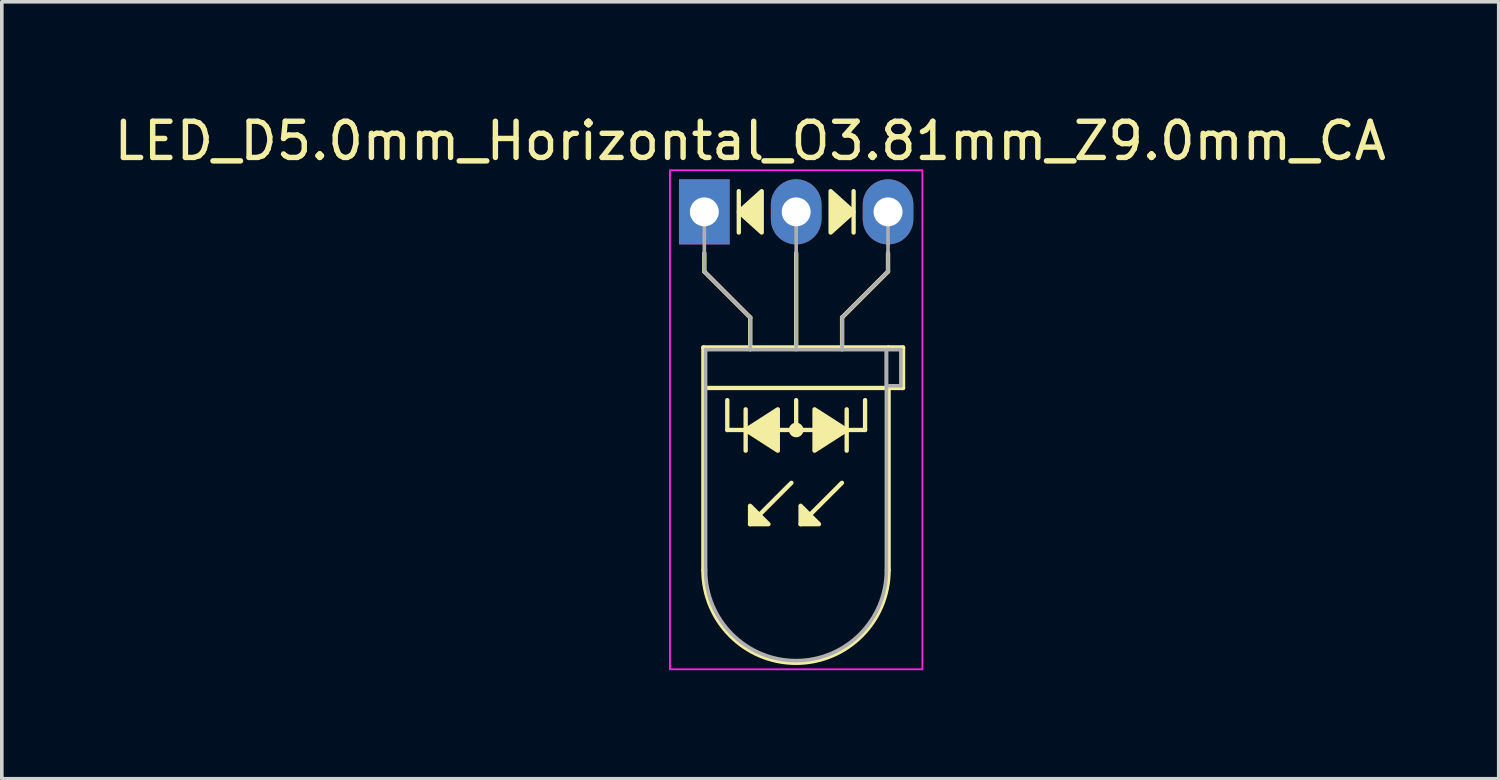
<source format=kicad_pcb>
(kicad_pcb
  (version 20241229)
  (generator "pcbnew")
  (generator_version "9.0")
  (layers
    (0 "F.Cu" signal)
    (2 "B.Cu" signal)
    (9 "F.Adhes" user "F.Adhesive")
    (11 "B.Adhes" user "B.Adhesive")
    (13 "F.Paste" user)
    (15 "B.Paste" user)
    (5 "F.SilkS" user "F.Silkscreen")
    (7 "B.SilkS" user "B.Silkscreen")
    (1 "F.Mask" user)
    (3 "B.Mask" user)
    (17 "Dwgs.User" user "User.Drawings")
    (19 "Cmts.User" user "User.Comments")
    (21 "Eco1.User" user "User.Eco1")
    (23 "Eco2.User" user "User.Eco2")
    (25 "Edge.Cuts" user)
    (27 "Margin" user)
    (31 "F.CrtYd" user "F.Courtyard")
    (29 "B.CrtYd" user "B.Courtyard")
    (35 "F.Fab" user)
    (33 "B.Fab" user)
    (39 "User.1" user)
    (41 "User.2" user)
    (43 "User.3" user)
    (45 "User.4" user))
  (footprint "LED_D5.0mm_Horizontal_O3.81mm_Z9.0mm_CA"
    (layer "F.Cu")
    (at 16.426 2.808)
    (property "Reference" "LED_D5.0mm_Horizontal_O3.81mm_Z9.0mm_CA" (at 1.27 -1.96 0) (layer "F.SilkS") (effects (font (size 1 1) (thickness 0.15))))
    (fp_line (start -0.025 3.75) (end -0.025 9.91) (stroke (width 0.12) (type solid)) (layer "F.SilkS"))
    (fp_line (start -0.025 3.75) (end 5.095 3.75) (stroke (width 0.12) (type solid)) (layer "F.SilkS"))
    (fp_line (start 0 1.143) (end 0 1.651) (stroke (width 0.12) (type default)) (layer "F.SilkS"))
    (fp_line (start 0 1.651) (end 1.27 2.921) (stroke (width 0.12) (type default)) (layer "F.SilkS"))
    (fp_line (start 0.635 6.032) (end 0.635 5.207) (stroke (width 0.12) (type default)) (layer "F.SilkS"))
    (fp_line (start 0.635 6.032) (end 4.445 6.032) (stroke (width 0.12) (type default)) (layer "F.SilkS"))
    (fp_line (start 0.953 -0.572) (end 0.953 0.572) (stroke (width 0.12) (type solid)) (layer "F.SilkS"))
    (fp_line (start 1.143 5.461) (end 1.143 6.604) (stroke (width 0.12) (type solid)) (layer "F.SilkS"))
    (fp_line (start 1.265 3.75) (end 1.265 3.75) (stroke (width 0.12) (type solid)) (layer "F.SilkS"))
    (fp_line (start 1.27 2.921) (end 1.27 3.75) (stroke (width 0.12) (type default)) (layer "F.SilkS"))
    (fp_line (start 2.408 7.493) (end 1.265 8.636) (stroke (width 0.12) (type solid)) (layer "F.SilkS"))
    (fp_line (start 2.54 3.75) (end 2.54 1.143) (stroke (width 0.12) (type default)) (layer "F.SilkS"))
    (fp_line (start 2.54 6.032) (end 2.54 5.207) (stroke (width 0.12) (type default)) (layer "F.SilkS"))
    (fp_line (start 3.805 3.75) (end 3.805 3.75) (stroke (width 0.12) (type solid)) (layer "F.SilkS"))
    (fp_line (start 3.805 7.493) (end 2.662 8.636) (stroke (width 0.12) (type solid)) (layer "F.SilkS"))
    (fp_line (start 3.81 2.921) (end 3.81 3.75) (stroke (width 0.12) (type default)) (layer "F.SilkS"))
    (fp_line (start 3.937 6.604) (end 3.937 5.461) (stroke (width 0.12) (type solid)) (layer "F.SilkS"))
    (fp_line (start 4.128 0.572) (end 4.128 -0.572) (stroke (width 0.12) (type solid)) (layer "F.SilkS"))
    (fp_line (start 4.445 6.032) (end 4.445 5.207) (stroke (width 0.12) (type default)) (layer "F.SilkS"))
    (fp_line (start 5.08 1.143) (end 5.08 1.651) (stroke (width 0.12) (type default)) (layer "F.SilkS"))
    (fp_line (start 5.08 1.651) (end 3.81 2.921) (stroke (width 0.12) (type default)) (layer "F.SilkS"))
    (fp_line (start 5.095 3.75) (end 5.495 3.75) (stroke (width 0.12) (type solid)) (layer "F.SilkS"))
    (fp_line (start 5.095 4.87) (end 5.095 9.91) (stroke (width 0.12) (type solid)) (layer "F.SilkS"))
    (fp_line (start 5.495 3.75) (end 5.495 4.87) (stroke (width 0.12) (type solid)) (layer "F.SilkS"))
    (fp_line (start 5.495 4.87) (end -0.005 4.87) (stroke (width 0.12) (type solid)) (layer "F.SilkS"))
    (fp_arc (start 5.095 9.91) (mid 2.535 12.47) (end -0.025 9.91) (stroke (width 0.12) (type solid)) (layer "F.SilkS"))
    (fp_circle (center 2.54 6.032) (end 2.682 6.032) (stroke (width 0.12) (type solid)) (fill yes) (layer "F.SilkS"))
    (fp_poly (pts (xy 1.265 8.128) (xy 1.773 8.636) (xy 1.265 8.636)) (stroke (width 0.12) (type solid)) (fill yes) (layer "F.SilkS"))
    (fp_poly (pts (xy 1.587 0.572) (xy 0.953 0) (xy 1.587 -0.572)) (stroke (width 0.12) (type solid)) (fill yes) (layer "F.SilkS"))
    (fp_poly (pts (xy 2.032 6.604) (xy 1.143 6.032) (xy 2.032 5.461)) (stroke (width 0.12) (type solid)) (fill yes) (layer "F.SilkS"))
    (fp_poly (pts (xy 2.662 8.128) (xy 3.17 8.636) (xy 2.662 8.636)) (stroke (width 0.12) (type solid)) (fill yes) (layer "F.SilkS"))
    (fp_poly (pts (xy 3.048 5.461) (xy 3.937 6.032) (xy 3.048 6.604)) (stroke (width 0.12) (type solid)) (fill yes) (layer "F.SilkS"))
    (fp_poly (pts (xy 3.493 -0.572) (xy 4.128 0) (xy 3.493 0.572)) (stroke (width 0.12) (type solid)) (fill yes) (layer "F.SilkS"))
    (fp_rect (start -0.95 -1.15) (end 6.03 12.65) (stroke (width 0.05) (type default)) (fill no) (layer "F.CrtYd"))
    (fp_line (start 0 0) (end 0 0) (stroke (width 0.1) (type solid)) (layer "F.Fab"))
    (fp_line (start 0 1.651) (end 0 0) (stroke (width 0.1) (type default)) (layer "F.Fab"))
    (fp_line (start 0.035 3.81) (end 0.035 9.91) (stroke (width 0.1) (type solid)) (layer "F.Fab"))
    (fp_line (start 0.035 3.81) (end 5.035 3.81) (stroke (width 0.1) (type solid)) (layer "F.Fab"))
    (fp_line (start 1.265 3.81) (end 1.265 3.81) (stroke (width 0.1) (type solid)) (layer "F.Fab"))
    (fp_line (start 1.27 2.921) (end 0 1.651) (stroke (width 0.1) (type default)) (layer "F.Fab"))
    (fp_line (start 1.27 2.921) (end 1.27 3.81) (stroke (width 0.1) (type default)) (layer "F.Fab"))
    (fp_line (start 2.54 0) (end 2.54 0) (stroke (width 0.1) (type solid)) (layer "F.Fab"))
    (fp_line (start 2.54 0) (end 2.54 3.81) (stroke (width 0.1) (type default)) (layer "F.Fab"))
    (fp_line (start 3.805 3.81) (end 3.805 3.81) (stroke (width 0.1) (type solid)) (layer "F.Fab"))
    (fp_line (start 3.81 2.921) (end 3.81 3.81) (stroke (width 0.1) (type default)) (layer "F.Fab"))
    (fp_line (start 3.81 2.921) (end 5.08 1.651) (stroke (width 0.1) (type default)) (layer "F.Fab"))
    (fp_line (start 5.035 3.81) (end 5.035 9.91) (stroke (width 0.1) (type solid)) (layer "F.Fab"))
    (fp_line (start 5.035 3.81) (end 5.435 3.81) (stroke (width 0.1) (type solid)) (layer "F.Fab"))
    (fp_line (start 5.035 4.81) (end 5.035 3.81) (stroke (width 0.1) (type solid)) (layer "F.Fab"))
    (fp_line (start 5.08 1.651) (end 5.08 0) (stroke (width 0.1) (type default)) (layer "F.Fab"))
    (fp_line (start 5.435 3.81) (end 5.435 4.81) (stroke (width 0.1) (type solid)) (layer "F.Fab"))
    (fp_line (start 5.435 4.81) (end 5.035 4.81) (stroke (width 0.1) (type solid)) (layer "F.Fab"))
    (fp_arc (start 5.035 9.91) (mid 2.535 12.41) (end 0.035 9.91) (stroke (width 0.1) (type solid)) (layer "F.Fab"))
    (pad "1" thru_hole rect (at 0 0) (size 1.4 1.8) (drill 0.8) (layers "*.Cu" "*.Mask"))
    (pad "2" thru_hole oval (at 2.54 0) (size 1.4 1.8) (drill 0.8) (layers "*.Cu" "*.Mask"))
    (pad "3" thru_hole oval (at 5.08 0) (size 1.4 1.8) (drill 0.8) (layers "*.Cu" "*.Mask")))
  (gr_rect
    (start -3 -3)
    (end 38.393 18.483)
    (stroke (width 0.1) (type default))
    (fill no)
    (layer "Edge.Cuts")))
</source>
